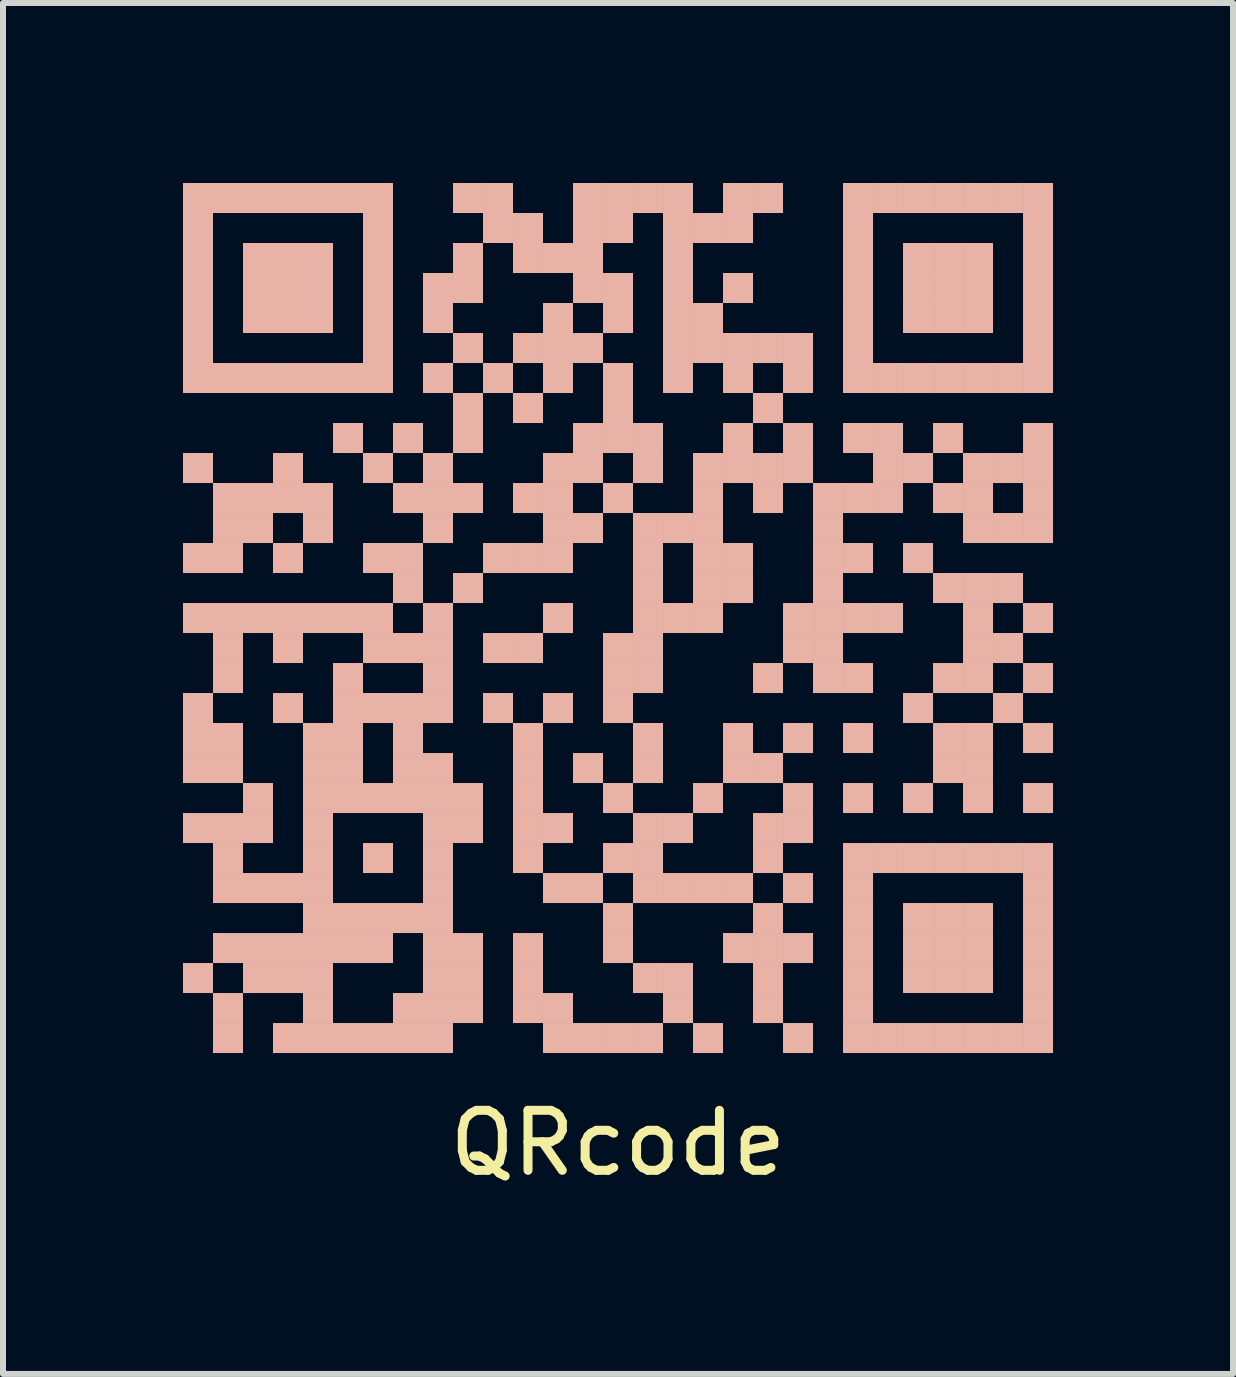
<source format=kicad_pcb>
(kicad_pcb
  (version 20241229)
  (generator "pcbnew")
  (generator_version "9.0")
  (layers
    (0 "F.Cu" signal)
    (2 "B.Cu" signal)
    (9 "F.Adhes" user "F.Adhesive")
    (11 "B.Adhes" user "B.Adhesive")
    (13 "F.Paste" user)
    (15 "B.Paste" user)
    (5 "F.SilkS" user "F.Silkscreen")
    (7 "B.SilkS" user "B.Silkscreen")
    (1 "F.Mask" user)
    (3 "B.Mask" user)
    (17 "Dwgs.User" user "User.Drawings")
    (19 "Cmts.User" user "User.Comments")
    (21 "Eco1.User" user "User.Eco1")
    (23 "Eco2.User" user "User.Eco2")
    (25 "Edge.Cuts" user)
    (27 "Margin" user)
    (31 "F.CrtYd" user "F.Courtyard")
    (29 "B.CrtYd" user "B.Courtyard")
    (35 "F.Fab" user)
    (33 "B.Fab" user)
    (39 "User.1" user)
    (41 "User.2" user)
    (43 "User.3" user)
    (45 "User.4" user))
  (footprint "QRcode"
    (layer "F.Cu")
    (at 7.25 7.25)
    (property "Reference" "QRcode" (at 0 8.75 0) (layer "F.SilkS") (effects (font (size 1 1) (thickness 0.15))))
    (fp_rect (start -6.75 -7.25) (end -7.25 -6.75) (stroke (width 0) (type default)) (fill yes) (layer "B.SilkS"))
    (fp_rect (start -6.75 -6.75) (end -7.25 -6.25) (stroke (width 0) (type default)) (fill yes) (layer "B.SilkS"))
    (fp_rect (start -6.75 -6.25) (end -7.25 -5.75) (stroke (width 0) (type default)) (fill yes) (layer "B.SilkS"))
    (fp_rect (start -6.75 -5.75) (end -7.25 -5.25) (stroke (width 0) (type default)) (fill yes) (layer "B.SilkS"))
    (fp_rect (start -6.75 -5.25) (end -7.25 -4.75) (stroke (width 0) (type default)) (fill yes) (layer "B.SilkS"))
    (fp_rect (start -6.75 -4.75) (end -7.25 -4.25) (stroke (width 0) (type default)) (fill yes) (layer "B.SilkS"))
    (fp_rect (start -6.75 -4.25) (end -7.25 -3.75) (stroke (width 0) (type default)) (fill yes) (layer "B.SilkS"))
    (fp_rect (start -6.75 -2.75) (end -7.25 -2.25) (stroke (width 0) (type default)) (fill yes) (layer "B.SilkS"))
    (fp_rect (start -6.75 -1.25) (end -7.25 -0.75) (stroke (width 0) (type default)) (fill yes) (layer "B.SilkS"))
    (fp_rect (start -6.75 -0.25) (end -7.25 0.25) (stroke (width 0) (type default)) (fill yes) (layer "B.SilkS"))
    (fp_rect (start -6.75 1.25) (end -7.25 1.75) (stroke (width 0) (type default)) (fill yes) (layer "B.SilkS"))
    (fp_rect (start -6.75 1.75) (end -7.25 2.25) (stroke (width 0) (type default)) (fill yes) (layer "B.SilkS"))
    (fp_rect (start -6.75 2.25) (end -7.25 2.75) (stroke (width 0) (type default)) (fill yes) (layer "B.SilkS"))
    (fp_rect (start -6.75 3.25) (end -7.25 3.75) (stroke (width 0) (type default)) (fill yes) (layer "B.SilkS"))
    (fp_rect (start -6.75 5.75) (end -7.25 6.25) (stroke (width 0) (type default)) (fill yes) (layer "B.SilkS"))
    (fp_rect (start -6.25 -7.25) (end -6.75 -6.75) (stroke (width 0) (type default)) (fill yes) (layer "B.SilkS"))
    (fp_rect (start -6.25 -4.25) (end -6.75 -3.75) (stroke (width 0) (type default)) (fill yes) (layer "B.SilkS"))
    (fp_rect (start -6.25 -2.25) (end -6.75 -1.75) (stroke (width 0) (type default)) (fill yes) (layer "B.SilkS"))
    (fp_rect (start -6.25 -1.75) (end -6.75 -1.25) (stroke (width 0) (type default)) (fill yes) (layer "B.SilkS"))
    (fp_rect (start -6.25 -1.25) (end -6.75 -0.75) (stroke (width 0) (type default)) (fill yes) (layer "B.SilkS"))
    (fp_rect (start -6.25 -0.25) (end -6.75 0.25) (stroke (width 0) (type default)) (fill yes) (layer "B.SilkS"))
    (fp_rect (start -6.25 0.25) (end -6.75 0.75) (stroke (width 0) (type default)) (fill yes) (layer "B.SilkS"))
    (fp_rect (start -6.25 0.75) (end -6.75 1.25) (stroke (width 0) (type default)) (fill yes) (layer "B.SilkS"))
    (fp_rect (start -6.25 1.75) (end -6.75 2.25) (stroke (width 0) (type default)) (fill yes) (layer "B.SilkS"))
    (fp_rect (start -6.25 2.25) (end -6.75 2.75) (stroke (width 0) (type default)) (fill yes) (layer "B.SilkS"))
    (fp_rect (start -6.25 3.25) (end -6.75 3.75) (stroke (width 0) (type default)) (fill yes) (layer "B.SilkS"))
    (fp_rect (start -6.25 3.75) (end -6.75 4.25) (stroke (width 0) (type default)) (fill yes) (layer "B.SilkS"))
    (fp_rect (start -6.25 4.25) (end -6.75 4.75) (stroke (width 0) (type default)) (fill yes) (layer "B.SilkS"))
    (fp_rect (start -6.25 5.25) (end -6.75 5.75) (stroke (width 0) (type default)) (fill yes) (layer "B.SilkS"))
    (fp_rect (start -6.25 6.25) (end -6.75 6.75) (stroke (width 0) (type default)) (fill yes) (layer "B.SilkS"))
    (fp_rect (start -6.25 6.75) (end -6.75 7.25) (stroke (width 0) (type default)) (fill yes) (layer "B.SilkS"))
    (fp_rect (start -5.75 -7.25) (end -6.25 -6.75) (stroke (width 0) (type default)) (fill yes) (layer "B.SilkS"))
    (fp_rect (start -5.75 -6.25) (end -6.25 -5.75) (stroke (width 0) (type default)) (fill yes) (layer "B.SilkS"))
    (fp_rect (start -5.75 -5.75) (end -6.25 -5.25) (stroke (width 0) (type default)) (fill yes) (layer "B.SilkS"))
    (fp_rect (start -5.75 -5.25) (end -6.25 -4.75) (stroke (width 0) (type default)) (fill yes) (layer "B.SilkS"))
    (fp_rect (start -5.75 -4.25) (end -6.25 -3.75) (stroke (width 0) (type default)) (fill yes) (layer "B.SilkS"))
    (fp_rect (start -5.75 -2.25) (end -6.25 -1.75) (stroke (width 0) (type default)) (fill yes) (layer "B.SilkS"))
    (fp_rect (start -5.75 -1.75) (end -6.25 -1.25) (stroke (width 0) (type default)) (fill yes) (layer "B.SilkS"))
    (fp_rect (start -5.75 -0.25) (end -6.25 0.25) (stroke (width 0) (type default)) (fill yes) (layer "B.SilkS"))
    (fp_rect (start -5.75 2.75) (end -6.25 3.25) (stroke (width 0) (type default)) (fill yes) (layer "B.SilkS"))
    (fp_rect (start -5.75 3.25) (end -6.25 3.75) (stroke (width 0) (type default)) (fill yes) (layer "B.SilkS"))
    (fp_rect (start -5.75 4.25) (end -6.25 4.75) (stroke (width 0) (type default)) (fill yes) (layer "B.SilkS"))
    (fp_rect (start -5.75 5.25) (end -6.25 5.75) (stroke (width 0) (type default)) (fill yes) (layer "B.SilkS"))
    (fp_rect (start -5.75 5.75) (end -6.25 6.25) (stroke (width 0) (type default)) (fill yes) (layer "B.SilkS"))
    (fp_rect (start -5.25 -7.25) (end -5.75 -6.75) (stroke (width 0) (type default)) (fill yes) (layer "B.SilkS"))
    (fp_rect (start -5.25 -6.25) (end -5.75 -5.75) (stroke (width 0) (type default)) (fill yes) (layer "B.SilkS"))
    (fp_rect (start -5.25 -5.75) (end -5.75 -5.25) (stroke (width 0) (type default)) (fill yes) (layer "B.SilkS"))
    (fp_rect (start -5.25 -5.25) (end -5.75 -4.75) (stroke (width 0) (type default)) (fill yes) (layer "B.SilkS"))
    (fp_rect (start -5.25 -4.25) (end -5.75 -3.75) (stroke (width 0) (type default)) (fill yes) (layer "B.SilkS"))
    (fp_rect (start -5.25 -2.75) (end -5.75 -2.25) (stroke (width 0) (type default)) (fill yes) (layer "B.SilkS"))
    (fp_rect (start -5.25 -2.25) (end -5.75 -1.75) (stroke (width 0) (type default)) (fill yes) (layer "B.SilkS"))
    (fp_rect (start -5.25 -1.25) (end -5.75 -0.75) (stroke (width 0) (type default)) (fill yes) (layer "B.SilkS"))
    (fp_rect (start -5.25 -0.25) (end -5.75 0.25) (stroke (width 0) (type default)) (fill yes) (layer "B.SilkS"))
    (fp_rect (start -5.25 0.25) (end -5.75 0.75) (stroke (width 0) (type default)) (fill yes) (layer "B.SilkS"))
    (fp_rect (start -5.25 1.25) (end -5.75 1.75) (stroke (width 0) (type default)) (fill yes) (layer "B.SilkS"))
    (fp_rect (start -5.25 4.25) (end -5.75 4.75) (stroke (width 0) (type default)) (fill yes) (layer "B.SilkS"))
    (fp_rect (start -5.25 5.25) (end -5.75 5.75) (stroke (width 0) (type default)) (fill yes) (layer "B.SilkS"))
    (fp_rect (start -5.25 5.75) (end -5.75 6.25) (stroke (width 0) (type default)) (fill yes) (layer "B.SilkS"))
    (fp_rect (start -5.25 6.75) (end -5.75 7.25) (stroke (width 0) (type default)) (fill yes) (layer "B.SilkS"))
    (fp_rect (start -4.75 -7.25) (end -5.25 -6.75) (stroke (width 0) (type default)) (fill yes) (layer "B.SilkS"))
    (fp_rect (start -4.75 -6.25) (end -5.25 -5.75) (stroke (width 0) (type default)) (fill yes) (layer "B.SilkS"))
    (fp_rect (start -4.75 -5.75) (end -5.25 -5.25) (stroke (width 0) (type default)) (fill yes) (layer "B.SilkS"))
    (fp_rect (start -4.75 -5.25) (end -5.25 -4.75) (stroke (width 0) (type default)) (fill yes) (layer "B.SilkS"))
    (fp_rect (start -4.75 -4.25) (end -5.25 -3.75) (stroke (width 0) (type default)) (fill yes) (layer "B.SilkS"))
    (fp_rect (start -4.75 -2.25) (end -5.25 -1.75) (stroke (width 0) (type default)) (fill yes) (layer "B.SilkS"))
    (fp_rect (start -4.75 -1.75) (end -5.25 -1.25) (stroke (width 0) (type default)) (fill yes) (layer "B.SilkS"))
    (fp_rect (start -4.75 -0.25) (end -5.25 0.25) (stroke (width 0) (type default)) (fill yes) (layer "B.SilkS"))
    (fp_rect (start -4.75 1.75) (end -5.25 2.25) (stroke (width 0) (type default)) (fill yes) (layer "B.SilkS"))
    (fp_rect (start -4.75 2.25) (end -5.25 2.75) (stroke (width 0) (type default)) (fill yes) (layer "B.SilkS"))
    (fp_rect (start -4.75 2.75) (end -5.25 3.25) (stroke (width 0) (type default)) (fill yes) (layer "B.SilkS"))
    (fp_rect (start -4.75 3.25) (end -5.25 3.75) (stroke (width 0) (type default)) (fill yes) (layer "B.SilkS"))
    (fp_rect (start -4.75 3.75) (end -5.25 4.25) (stroke (width 0) (type default)) (fill yes) (layer "B.SilkS"))
    (fp_rect (start -4.75 4.25) (end -5.25 4.75) (stroke (width 0) (type default)) (fill yes) (layer "B.SilkS"))
    (fp_rect (start -4.75 4.75) (end -5.25 5.25) (stroke (width 0) (type default)) (fill yes) (layer "B.SilkS"))
    (fp_rect (start -4.75 5.25) (end -5.25 5.75) (stroke (width 0) (type default)) (fill yes) (layer "B.SilkS"))
    (fp_rect (start -4.75 5.75) (end -5.25 6.25) (stroke (width 0) (type default)) (fill yes) (layer "B.SilkS"))
    (fp_rect (start -4.75 6.25) (end -5.25 6.75) (stroke (width 0) (type default)) (fill yes) (layer "B.SilkS"))
    (fp_rect (start -4.75 6.75) (end -5.25 7.25) (stroke (width 0) (type default)) (fill yes) (layer "B.SilkS"))
    (fp_rect (start -4.25 -7.25) (end -4.75 -6.75) (stroke (width 0) (type default)) (fill yes) (layer "B.SilkS"))
    (fp_rect (start -4.25 -4.25) (end -4.75 -3.75) (stroke (width 0) (type default)) (fill yes) (layer "B.SilkS"))
    (fp_rect (start -4.25 -3.25) (end -4.75 -2.75) (stroke (width 0) (type default)) (fill yes) (layer "B.SilkS"))
    (fp_rect (start -4.25 -0.25) (end -4.75 0.25) (stroke (width 0) (type default)) (fill yes) (layer "B.SilkS"))
    (fp_rect (start -4.25 0.75) (end -4.75 1.25) (stroke (width 0) (type default)) (fill yes) (layer "B.SilkS"))
    (fp_rect (start -4.25 1.25) (end -4.75 1.75) (stroke (width 0) (type default)) (fill yes) (layer "B.SilkS"))
    (fp_rect (start -4.25 1.75) (end -4.75 2.25) (stroke (width 0) (type default)) (fill yes) (layer "B.SilkS"))
    (fp_rect (start -4.25 2.25) (end -4.75 2.75) (stroke (width 0) (type default)) (fill yes) (layer "B.SilkS"))
    (fp_rect (start -4.25 2.75) (end -4.75 3.25) (stroke (width 0) (type default)) (fill yes) (layer "B.SilkS"))
    (fp_rect (start -4.25 4.75) (end -4.75 5.25) (stroke (width 0) (type default)) (fill yes) (layer "B.SilkS"))
    (fp_rect (start -4.25 5.25) (end -4.75 5.75) (stroke (width 0) (type default)) (fill yes) (layer "B.SilkS"))
    (fp_rect (start -4.25 6.75) (end -4.75 7.25) (stroke (width 0) (type default)) (fill yes) (layer "B.SilkS"))
    (fp_rect (start -3.75 -7.25) (end -4.25 -6.75) (stroke (width 0) (type default)) (fill yes) (layer "B.SilkS"))
    (fp_rect (start -3.75 -6.75) (end -4.25 -6.25) (stroke (width 0) (type default)) (fill yes) (layer "B.SilkS"))
    (fp_rect (start -3.75 -6.25) (end -4.25 -5.75) (stroke (width 0) (type default)) (fill yes) (layer "B.SilkS"))
    (fp_rect (start -3.75 -5.75) (end -4.25 -5.25) (stroke (width 0) (type default)) (fill yes) (layer "B.SilkS"))
    (fp_rect (start -3.75 -5.25) (end -4.25 -4.75) (stroke (width 0) (type default)) (fill yes) (layer "B.SilkS"))
    (fp_rect (start -3.75 -4.75) (end -4.25 -4.25) (stroke (width 0) (type default)) (fill yes) (layer "B.SilkS"))
    (fp_rect (start -3.75 -4.25) (end -4.25 -3.75) (stroke (width 0) (type default)) (fill yes) (layer "B.SilkS"))
    (fp_rect (start -3.75 -2.75) (end -4.25 -2.25) (stroke (width 0) (type default)) (fill yes) (layer "B.SilkS"))
    (fp_rect (start -3.75 -1.25) (end -4.25 -0.75) (stroke (width 0) (type default)) (fill yes) (layer "B.SilkS"))
    (fp_rect (start -3.75 -0.25) (end -4.25 0.25) (stroke (width 0) (type default)) (fill yes) (layer "B.SilkS"))
    (fp_rect (start -3.75 0.25) (end -4.25 0.75) (stroke (width 0) (type default)) (fill yes) (layer "B.SilkS"))
    (fp_rect (start -3.75 1.25) (end -4.25 1.75) (stroke (width 0) (type default)) (fill yes) (layer "B.SilkS"))
    (fp_rect (start -3.75 2.75) (end -4.25 3.25) (stroke (width 0) (type default)) (fill yes) (layer "B.SilkS"))
    (fp_rect (start -3.75 3.75) (end -4.25 4.25) (stroke (width 0) (type default)) (fill yes) (layer "B.SilkS"))
    (fp_rect (start -3.75 4.75) (end -4.25 5.25) (stroke (width 0) (type default)) (fill yes) (layer "B.SilkS"))
    (fp_rect (start -3.75 5.25) (end -4.25 5.75) (stroke (width 0) (type default)) (fill yes) (layer "B.SilkS"))
    (fp_rect (start -3.75 6.75) (end -4.25 7.25) (stroke (width 0) (type default)) (fill yes) (layer "B.SilkS"))
    (fp_rect (start -3.25 -3.25) (end -3.75 -2.75) (stroke (width 0) (type default)) (fill yes) (layer "B.SilkS"))
    (fp_rect (start -3.25 -2.25) (end -3.75 -1.75) (stroke (width 0) (type default)) (fill yes) (layer "B.SilkS"))
    (fp_rect (start -3.25 -1.25) (end -3.75 -0.75) (stroke (width 0) (type default)) (fill yes) (layer "B.SilkS"))
    (fp_rect (start -3.25 -0.75) (end -3.75 -0.25) (stroke (width 0) (type default)) (fill yes) (layer "B.SilkS"))
    (fp_rect (start -3.25 0.25) (end -3.75 0.75) (stroke (width 0) (type default)) (fill yes) (layer "B.SilkS"))
    (fp_rect (start -3.25 1.25) (end -3.75 1.75) (stroke (width 0) (type default)) (fill yes) (layer "B.SilkS"))
    (fp_rect (start -3.25 1.75) (end -3.75 2.25) (stroke (width 0) (type default)) (fill yes) (layer "B.SilkS"))
    (fp_rect (start -3.25 2.25) (end -3.75 2.75) (stroke (width 0) (type default)) (fill yes) (layer "B.SilkS"))
    (fp_rect (start -3.25 2.75) (end -3.75 3.25) (stroke (width 0) (type default)) (fill yes) (layer "B.SilkS"))
    (fp_rect (start -3.25 4.75) (end -3.75 5.25) (stroke (width 0) (type default)) (fill yes) (layer "B.SilkS"))
    (fp_rect (start -3.25 6.25) (end -3.75 6.75) (stroke (width 0) (type default)) (fill yes) (layer "B.SilkS"))
    (fp_rect (start -3.25 6.75) (end -3.75 7.25) (stroke (width 0) (type default)) (fill yes) (layer "B.SilkS"))
    (fp_rect (start -2.75 -5.75) (end -3.25 -5.25) (stroke (width 0) (type default)) (fill yes) (layer "B.SilkS"))
    (fp_rect (start -2.75 -5.25) (end -3.25 -4.75) (stroke (width 0) (type default)) (fill yes) (layer "B.SilkS"))
    (fp_rect (start -2.75 -4.25) (end -3.25 -3.75) (stroke (width 0) (type default)) (fill yes) (layer "B.SilkS"))
    (fp_rect (start -2.75 -2.75) (end -3.25 -2.25) (stroke (width 0) (type default)) (fill yes) (layer "B.SilkS"))
    (fp_rect (start -2.75 -2.25) (end -3.25 -1.75) (stroke (width 0) (type default)) (fill yes) (layer "B.SilkS"))
    (fp_rect (start -2.75 -1.75) (end -3.25 -1.25) (stroke (width 0) (type default)) (fill yes) (layer "B.SilkS"))
    (fp_rect (start -2.75 -0.25) (end -3.25 0.25) (stroke (width 0) (type default)) (fill yes) (layer "B.SilkS"))
    (fp_rect (start -2.75 0.25) (end -3.25 0.75) (stroke (width 0) (type default)) (fill yes) (layer "B.SilkS"))
    (fp_rect (start -2.75 0.75) (end -3.25 1.25) (stroke (width 0) (type default)) (fill yes) (layer "B.SilkS"))
    (fp_rect (start -2.75 1.25) (end -3.25 1.75) (stroke (width 0) (type default)) (fill yes) (layer "B.SilkS"))
    (fp_rect (start -2.75 2.25) (end -3.25 2.75) (stroke (width 0) (type default)) (fill yes) (layer "B.SilkS"))
    (fp_rect (start -2.75 2.75) (end -3.25 3.25) (stroke (width 0) (type default)) (fill yes) (layer "B.SilkS"))
    (fp_rect (start -2.75 3.25) (end -3.25 3.75) (stroke (width 0) (type default)) (fill yes) (layer "B.SilkS"))
    (fp_rect (start -2.75 3.75) (end -3.25 4.25) (stroke (width 0) (type default)) (fill yes) (layer "B.SilkS"))
    (fp_rect (start -2.75 4.25) (end -3.25 4.75) (stroke (width 0) (type default)) (fill yes) (layer "B.SilkS"))
    (fp_rect (start -2.75 4.75) (end -3.25 5.25) (stroke (width 0) (type default)) (fill yes) (layer "B.SilkS"))
    (fp_rect (start -2.75 5.25) (end -3.25 5.75) (stroke (width 0) (type default)) (fill yes) (layer "B.SilkS"))
    (fp_rect (start -2.75 5.75) (end -3.25 6.25) (stroke (width 0) (type default)) (fill yes) (layer "B.SilkS"))
    (fp_rect (start -2.75 6.25) (end -3.25 6.75) (stroke (width 0) (type default)) (fill yes) (layer "B.SilkS"))
    (fp_rect (start -2.75 6.75) (end -3.25 7.25) (stroke (width 0) (type default)) (fill yes) (layer "B.SilkS"))
    (fp_rect (start -2.25 -7.25) (end -2.75 -6.75) (stroke (width 0) (type default)) (fill yes) (layer "B.SilkS"))
    (fp_rect (start -2.25 -6.25) (end -2.75 -5.75) (stroke (width 0) (type default)) (fill yes) (layer "B.SilkS"))
    (fp_rect (start -2.25 -5.75) (end -2.75 -5.25) (stroke (width 0) (type default)) (fill yes) (layer "B.SilkS"))
    (fp_rect (start -2.25 -4.75) (end -2.75 -4.25) (stroke (width 0) (type default)) (fill yes) (layer "B.SilkS"))
    (fp_rect (start -2.25 -3.75) (end -2.75 -3.25) (stroke (width 0) (type default)) (fill yes) (layer "B.SilkS"))
    (fp_rect (start -2.25 -3.25) (end -2.75 -2.75) (stroke (width 0) (type default)) (fill yes) (layer "B.SilkS"))
    (fp_rect (start -2.25 -2.25) (end -2.75 -1.75) (stroke (width 0) (type default)) (fill yes) (layer "B.SilkS"))
    (fp_rect (start -2.25 -0.75) (end -2.75 -0.25) (stroke (width 0) (type default)) (fill yes) (layer "B.SilkS"))
    (fp_rect (start -2.25 2.75) (end -2.75 3.25) (stroke (width 0) (type default)) (fill yes) (layer "B.SilkS"))
    (fp_rect (start -2.25 3.25) (end -2.75 3.75) (stroke (width 0) (type default)) (fill yes) (layer "B.SilkS"))
    (fp_rect (start -2.25 5.25) (end -2.75 5.75) (stroke (width 0) (type default)) (fill yes) (layer "B.SilkS"))
    (fp_rect (start -2.25 5.75) (end -2.75 6.25) (stroke (width 0) (type default)) (fill yes) (layer "B.SilkS"))
    (fp_rect (start -2.25 6.25) (end -2.75 6.75) (stroke (width 0) (type default)) (fill yes) (layer "B.SilkS"))
    (fp_rect (start -1.75 -7.25) (end -2.25 -6.75) (stroke (width 0) (type default)) (fill yes) (layer "B.SilkS"))
    (fp_rect (start -1.75 -6.75) (end -2.25 -6.25) (stroke (width 0) (type default)) (fill yes) (layer "B.SilkS"))
    (fp_rect (start -1.75 -4.25) (end -2.25 -3.75) (stroke (width 0) (type default)) (fill yes) (layer "B.SilkS"))
    (fp_rect (start -1.75 -1.25) (end -2.25 -0.75) (stroke (width 0) (type default)) (fill yes) (layer "B.SilkS"))
    (fp_rect (start -1.75 0.25) (end -2.25 0.75) (stroke (width 0) (type default)) (fill yes) (layer "B.SilkS"))
    (fp_rect (start -1.75 1.25) (end -2.25 1.75) (stroke (width 0) (type default)) (fill yes) (layer "B.SilkS"))
    (fp_rect (start -1.25 -6.75) (end -1.75 -6.25) (stroke (width 0) (type default)) (fill yes) (layer "B.SilkS"))
    (fp_rect (start -1.25 -6.25) (end -1.75 -5.75) (stroke (width 0) (type default)) (fill yes) (layer "B.SilkS"))
    (fp_rect (start -1.25 -4.75) (end -1.75 -4.25) (stroke (width 0) (type default)) (fill yes) (layer "B.SilkS"))
    (fp_rect (start -1.25 -3.75) (end -1.75 -3.25) (stroke (width 0) (type default)) (fill yes) (layer "B.SilkS"))
    (fp_rect (start -1.25 -2.25) (end -1.75 -1.75) (stroke (width 0) (type default)) (fill yes) (layer "B.SilkS"))
    (fp_rect (start -1.25 -1.25) (end -1.75 -0.75) (stroke (width 0) (type default)) (fill yes) (layer "B.SilkS"))
    (fp_rect (start -1.25 0.25) (end -1.75 0.75) (stroke (width 0) (type default)) (fill yes) (layer "B.SilkS"))
    (fp_rect (start -1.25 1.75) (end -1.75 2.25) (stroke (width 0) (type default)) (fill yes) (layer "B.SilkS"))
    (fp_rect (start -1.25 2.25) (end -1.75 2.75) (stroke (width 0) (type default)) (fill yes) (layer "B.SilkS"))
    (fp_rect (start -1.25 2.75) (end -1.75 3.25) (stroke (width 0) (type default)) (fill yes) (layer "B.SilkS"))
    (fp_rect (start -1.25 3.25) (end -1.75 3.75) (stroke (width 0) (type default)) (fill yes) (layer "B.SilkS"))
    (fp_rect (start -1.25 3.75) (end -1.75 4.25) (stroke (width 0) (type default)) (fill yes) (layer "B.SilkS"))
    (fp_rect (start -1.25 5.25) (end -1.75 5.75) (stroke (width 0) (type default)) (fill yes) (layer "B.SilkS"))
    (fp_rect (start -1.25 5.75) (end -1.75 6.25) (stroke (width 0) (type default)) (fill yes) (layer "B.SilkS"))
    (fp_rect (start -1.25 6.25) (end -1.75 6.75) (stroke (width 0) (type default)) (fill yes) (layer "B.SilkS"))
    (fp_rect (start -0.75 -6.25) (end -1.25 -5.75) (stroke (width 0) (type default)) (fill yes) (layer "B.SilkS"))
    (fp_rect (start -0.75 -5.25) (end -1.25 -4.75) (stroke (width 0) (type default)) (fill yes) (layer "B.SilkS"))
    (fp_rect (start -0.75 -4.75) (end -1.25 -4.25) (stroke (width 0) (type default)) (fill yes) (layer "B.SilkS"))
    (fp_rect (start -0.75 -4.25) (end -1.25 -3.75) (stroke (width 0) (type default)) (fill yes) (layer "B.SilkS"))
    (fp_rect (start -0.75 -2.75) (end -1.25 -2.25) (stroke (width 0) (type default)) (fill yes) (layer "B.SilkS"))
    (fp_rect (start -0.75 -2.25) (end -1.25 -1.75) (stroke (width 0) (type default)) (fill yes) (layer "B.SilkS"))
    (fp_rect (start -0.75 -1.75) (end -1.25 -1.25) (stroke (width 0) (type default)) (fill yes) (layer "B.SilkS"))
    (fp_rect (start -0.75 -1.25) (end -1.25 -0.75) (stroke (width 0) (type default)) (fill yes) (layer "B.SilkS"))
    (fp_rect (start -0.75 -0.25) (end -1.25 0.25) (stroke (width 0) (type default)) (fill yes) (layer "B.SilkS"))
    (fp_rect (start -0.75 1.25) (end -1.25 1.75) (stroke (width 0) (type default)) (fill yes) (layer "B.SilkS"))
    (fp_rect (start -0.75 3.25) (end -1.25 3.75) (stroke (width 0) (type default)) (fill yes) (layer "B.SilkS"))
    (fp_rect (start -0.75 4.25) (end -1.25 4.75) (stroke (width 0) (type default)) (fill yes) (layer "B.SilkS"))
    (fp_rect (start -0.75 6.25) (end -1.25 6.75) (stroke (width 0) (type default)) (fill yes) (layer "B.SilkS"))
    (fp_rect (start -0.75 6.75) (end -1.25 7.25) (stroke (width 0) (type default)) (fill yes) (layer "B.SilkS"))
    (fp_rect (start -0.25 -7.25) (end -0.75 -6.75) (stroke (width 0) (type default)) (fill yes) (layer "B.SilkS"))
    (fp_rect (start -0.25 -6.75) (end -0.75 -6.25) (stroke (width 0) (type default)) (fill yes) (layer "B.SilkS"))
    (fp_rect (start -0.25 -6.25) (end -0.75 -5.75) (stroke (width 0) (type default)) (fill yes) (layer "B.SilkS"))
    (fp_rect (start -0.25 -5.75) (end -0.75 -5.25) (stroke (width 0) (type default)) (fill yes) (layer "B.SilkS"))
    (fp_rect (start -0.25 -4.75) (end -0.75 -4.25) (stroke (width 0) (type default)) (fill yes) (layer "B.SilkS"))
    (fp_rect (start -0.25 -3.25) (end -0.75 -2.75) (stroke (width 0) (type default)) (fill yes) (layer "B.SilkS"))
    (fp_rect (start -0.25 -2.75) (end -0.75 -2.25) (stroke (width 0) (type default)) (fill yes) (layer "B.SilkS"))
    (fp_rect (start -0.25 -1.75) (end -0.75 -1.25) (stroke (width 0) (type default)) (fill yes) (layer "B.SilkS"))
    (fp_rect (start -0.25 2.25) (end -0.75 2.75) (stroke (width 0) (type default)) (fill yes) (layer "B.SilkS"))
    (fp_rect (start -0.25 4.25) (end -0.75 4.75) (stroke (width 0) (type default)) (fill yes) (layer "B.SilkS"))
    (fp_rect (start -0.25 6.75) (end -0.75 7.25) (stroke (width 0) (type default)) (fill yes) (layer "B.SilkS"))
    (fp_rect (start 0.25 -7.25) (end -0.25 -6.75) (stroke (width 0) (type default)) (fill yes) (layer "B.SilkS"))
    (fp_rect (start 0.25 -6.75) (end -0.25 -6.25) (stroke (width 0) (type default)) (fill yes) (layer "B.SilkS"))
    (fp_rect (start 0.25 -5.75) (end -0.25 -5.25) (stroke (width 0) (type default)) (fill yes) (layer "B.SilkS"))
    (fp_rect (start 0.25 -5.25) (end -0.25 -4.75) (stroke (width 0) (type default)) (fill yes) (layer "B.SilkS"))
    (fp_rect (start 0.25 -4.25) (end -0.25 -3.75) (stroke (width 0) (type default)) (fill yes) (layer "B.SilkS"))
    (fp_rect (start 0.25 -3.75) (end -0.25 -3.25) (stroke (width 0) (type default)) (fill yes) (layer "B.SilkS"))
    (fp_rect (start 0.25 -3.25) (end -0.25 -2.75) (stroke (width 0) (type default)) (fill yes) (layer "B.SilkS"))
    (fp_rect (start 0.25 -2.25) (end -0.25 -1.75) (stroke (width 0) (type default)) (fill yes) (layer "B.SilkS"))
    (fp_rect (start 0.25 0.25) (end -0.25 0.75) (stroke (width 0) (type default)) (fill yes) (layer "B.SilkS"))
    (fp_rect (start 0.25 0.75) (end -0.25 1.25) (stroke (width 0) (type default)) (fill yes) (layer "B.SilkS"))
    (fp_rect (start 0.25 1.25) (end -0.25 1.75) (stroke (width 0) (type default)) (fill yes) (layer "B.SilkS"))
    (fp_rect (start 0.25 2.75) (end -0.25 3.25) (stroke (width 0) (type default)) (fill yes) (layer "B.SilkS"))
    (fp_rect (start 0.25 3.75) (end -0.25 4.25) (stroke (width 0) (type default)) (fill yes) (layer "B.SilkS"))
    (fp_rect (start 0.25 4.75) (end -0.25 5.25) (stroke (width 0) (type default)) (fill yes) (layer "B.SilkS"))
    (fp_rect (start 0.25 5.25) (end -0.25 5.75) (stroke (width 0) (type default)) (fill yes) (layer "B.SilkS"))
    (fp_rect (start 0.25 6.75) (end -0.25 7.25) (stroke (width 0) (type default)) (fill yes) (layer "B.SilkS"))
    (fp_rect (start 0.75 -7.25) (end 0.25 -6.75) (stroke (width 0) (type default)) (fill yes) (layer "B.SilkS"))
    (fp_rect (start 0.75 -3.25) (end 0.25 -2.75) (stroke (width 0) (type default)) (fill yes) (layer "B.SilkS"))
    (fp_rect (start 0.75 -2.75) (end 0.25 -2.25) (stroke (width 0) (type default)) (fill yes) (layer "B.SilkS"))
    (fp_rect (start 0.75 -1.75) (end 0.25 -1.25) (stroke (width 0) (type default)) (fill yes) (layer "B.SilkS"))
    (fp_rect (start 0.75 -1.25) (end 0.25 -0.75) (stroke (width 0) (type default)) (fill yes) (layer "B.SilkS"))
    (fp_rect (start 0.75 -0.75) (end 0.25 -0.25) (stroke (width 0) (type default)) (fill yes) (layer "B.SilkS"))
    (fp_rect (start 0.75 -0.25) (end 0.25 0.25) (stroke (width 0) (type default)) (fill yes) (layer "B.SilkS"))
    (fp_rect (start 0.75 0.25) (end 0.25 0.75) (stroke (width 0) (type default)) (fill yes) (layer "B.SilkS"))
    (fp_rect (start 0.75 0.75) (end 0.25 1.25) (stroke (width 0) (type default)) (fill yes) (layer "B.SilkS"))
    (fp_rect (start 0.75 1.75) (end 0.25 2.25) (stroke (width 0) (type default)) (fill yes) (layer "B.SilkS"))
    (fp_rect (start 0.75 2.25) (end 0.25 2.75) (stroke (width 0) (type default)) (fill yes) (layer "B.SilkS"))
    (fp_rect (start 0.75 3.25) (end 0.25 3.75) (stroke (width 0) (type default)) (fill yes) (layer "B.SilkS"))
    (fp_rect (start 0.75 3.75) (end 0.25 4.25) (stroke (width 0) (type default)) (fill yes) (layer "B.SilkS"))
    (fp_rect (start 0.75 4.25) (end 0.25 4.75) (stroke (width 0) (type default)) (fill yes) (layer "B.SilkS"))
    (fp_rect (start 0.75 5.75) (end 0.25 6.25) (stroke (width 0) (type default)) (fill yes) (layer "B.SilkS"))
    (fp_rect (start 0.75 6.75) (end 0.25 7.25) (stroke (width 0) (type default)) (fill yes) (layer "B.SilkS"))
    (fp_rect (start 1.25 -7.25) (end 0.75 -6.75) (stroke (width 0) (type default)) (fill yes) (layer "B.SilkS"))
    (fp_rect (start 1.25 -6.75) (end 0.75 -6.25) (stroke (width 0) (type default)) (fill yes) (layer "B.SilkS"))
    (fp_rect (start 1.25 -6.25) (end 0.75 -5.75) (stroke (width 0) (type default)) (fill yes) (layer "B.SilkS"))
    (fp_rect (start 1.25 -5.75) (end 0.75 -5.25) (stroke (width 0) (type default)) (fill yes) (layer "B.SilkS"))
    (fp_rect (start 1.25 -5.25) (end 0.75 -4.75) (stroke (width 0) (type default)) (fill yes) (layer "B.SilkS"))
    (fp_rect (start 1.25 -4.75) (end 0.75 -4.25) (stroke (width 0) (type default)) (fill yes) (layer "B.SilkS"))
    (fp_rect (start 1.25 -4.25) (end 0.75 -3.75) (stroke (width 0) (type default)) (fill yes) (layer "B.SilkS"))
    (fp_rect (start 1.25 -1.75) (end 0.75 -1.25) (stroke (width 0) (type default)) (fill yes) (layer "B.SilkS"))
    (fp_rect (start 1.25 -0.25) (end 0.75 0.25) (stroke (width 0) (type default)) (fill yes) (layer "B.SilkS"))
    (fp_rect (start 1.25 3.25) (end 0.75 3.75) (stroke (width 0) (type default)) (fill yes) (layer "B.SilkS"))
    (fp_rect (start 1.25 4.25) (end 0.75 4.75) (stroke (width 0) (type default)) (fill yes) (layer "B.SilkS"))
    (fp_rect (start 1.25 5.75) (end 0.75 6.25) (stroke (width 0) (type default)) (fill yes) (layer "B.SilkS"))
    (fp_rect (start 1.25 6.25) (end 0.75 6.75) (stroke (width 0) (type default)) (fill yes) (layer "B.SilkS"))
    (fp_rect (start 1.75 -6.75) (end 1.25 -6.25) (stroke (width 0) (type default)) (fill yes) (layer "B.SilkS"))
    (fp_rect (start 1.75 -5.25) (end 1.25 -4.75) (stroke (width 0) (type default)) (fill yes) (layer "B.SilkS"))
    (fp_rect (start 1.75 -4.75) (end 1.25 -4.25) (stroke (width 0) (type default)) (fill yes) (layer "B.SilkS"))
    (fp_rect (start 1.75 -2.75) (end 1.25 -2.25) (stroke (width 0) (type default)) (fill yes) (layer "B.SilkS"))
    (fp_rect (start 1.75 -2.25) (end 1.25 -1.75) (stroke (width 0) (type default)) (fill yes) (layer "B.SilkS"))
    (fp_rect (start 1.75 -1.75) (end 1.25 -1.25) (stroke (width 0) (type default)) (fill yes) (layer "B.SilkS"))
    (fp_rect (start 1.75 -1.25) (end 1.25 -0.75) (stroke (width 0) (type default)) (fill yes) (layer "B.SilkS"))
    (fp_rect (start 1.75 -0.75) (end 1.25 -0.25) (stroke (width 0) (type default)) (fill yes) (layer "B.SilkS"))
    (fp_rect (start 1.75 -0.25) (end 1.25 0.25) (stroke (width 0) (type default)) (fill yes) (layer "B.SilkS"))
    (fp_rect (start 1.75 2.75) (end 1.25 3.25) (stroke (width 0) (type default)) (fill yes) (layer "B.SilkS"))
    (fp_rect (start 1.75 4.25) (end 1.25 4.75) (stroke (width 0) (type default)) (fill yes) (layer "B.SilkS"))
    (fp_rect (start 1.75 6.75) (end 1.25 7.25) (stroke (width 0) (type default)) (fill yes) (layer "B.SilkS"))
    (fp_rect (start 2.25 -7.25) (end 1.75 -6.75) (stroke (width 0) (type default)) (fill yes) (layer "B.SilkS"))
    (fp_rect (start 2.25 -6.75) (end 1.75 -6.25) (stroke (width 0) (type default)) (fill yes) (layer "B.SilkS"))
    (fp_rect (start 2.25 -5.75) (end 1.75 -5.25) (stroke (width 0) (type default)) (fill yes) (layer "B.SilkS"))
    (fp_rect (start 2.25 -4.75) (end 1.75 -4.25) (stroke (width 0) (type default)) (fill yes) (layer "B.SilkS"))
    (fp_rect (start 2.25 -4.25) (end 1.75 -3.75) (stroke (width 0) (type default)) (fill yes) (layer "B.SilkS"))
    (fp_rect (start 2.25 -3.25) (end 1.75 -2.75) (stroke (width 0) (type default)) (fill yes) (layer "B.SilkS"))
    (fp_rect (start 2.25 -2.75) (end 1.75 -2.25) (stroke (width 0) (type default)) (fill yes) (layer "B.SilkS"))
    (fp_rect (start 2.25 -1.25) (end 1.75 -0.75) (stroke (width 0) (type default)) (fill yes) (layer "B.SilkS"))
    (fp_rect (start 2.25 -0.75) (end 1.75 -0.25) (stroke (width 0) (type default)) (fill yes) (layer "B.SilkS"))
    (fp_rect (start 2.25 1.75) (end 1.75 2.25) (stroke (width 0) (type default)) (fill yes) (layer "B.SilkS"))
    (fp_rect (start 2.25 2.25) (end 1.75 2.75) (stroke (width 0) (type default)) (fill yes) (layer "B.SilkS"))
    (fp_rect (start 2.25 4.25) (end 1.75 4.75) (stroke (width 0) (type default)) (fill yes) (layer "B.SilkS"))
    (fp_rect (start 2.25 5.25) (end 1.75 5.75) (stroke (width 0) (type default)) (fill yes) (layer "B.SilkS"))
    (fp_rect (start 2.75 -7.25) (end 2.25 -6.75) (stroke (width 0) (type default)) (fill yes) (layer "B.SilkS"))
    (fp_rect (start 2.75 -4.75) (end 2.25 -4.25) (stroke (width 0) (type default)) (fill yes) (layer "B.SilkS"))
    (fp_rect (start 2.75 -3.75) (end 2.25 -3.25) (stroke (width 0) (type default)) (fill yes) (layer "B.SilkS"))
    (fp_rect (start 2.75 -2.75) (end 2.25 -2.25) (stroke (width 0) (type default)) (fill yes) (layer "B.SilkS"))
    (fp_rect (start 2.75 -2.25) (end 2.25 -1.75) (stroke (width 0) (type default)) (fill yes) (layer "B.SilkS"))
    (fp_rect (start 2.75 0.75) (end 2.25 1.25) (stroke (width 0) (type default)) (fill yes) (layer "B.SilkS"))
    (fp_rect (start 2.75 2.25) (end 2.25 2.75) (stroke (width 0) (type default)) (fill yes) (layer "B.SilkS"))
    (fp_rect (start 2.75 3.25) (end 2.25 3.75) (stroke (width 0) (type default)) (fill yes) (layer "B.SilkS"))
    (fp_rect (start 2.75 3.75) (end 2.25 4.25) (stroke (width 0) (type default)) (fill yes) (layer "B.SilkS"))
    (fp_rect (start 2.75 4.75) (end 2.25 5.25) (stroke (width 0) (type default)) (fill yes) (layer "B.SilkS"))
    (fp_rect (start 2.75 5.25) (end 2.25 5.75) (stroke (width 0) (type default)) (fill yes) (layer "B.SilkS"))
    (fp_rect (start 2.75 5.75) (end 2.25 6.25) (stroke (width 0) (type default)) (fill yes) (layer "B.SilkS"))
    (fp_rect (start 2.75 6.25) (end 2.25 6.75) (stroke (width 0) (type default)) (fill yes) (layer "B.SilkS"))
    (fp_rect (start 3.25 -4.75) (end 2.75 -4.25) (stroke (width 0) (type default)) (fill yes) (layer "B.SilkS"))
    (fp_rect (start 3.25 -4.25) (end 2.75 -3.75) (stroke (width 0) (type default)) (fill yes) (layer "B.SilkS"))
    (fp_rect (start 3.25 -3.25) (end 2.75 -2.75) (stroke (width 0) (type default)) (fill yes) (layer "B.SilkS"))
    (fp_rect (start 3.25 -2.75) (end 2.75 -2.25) (stroke (width 0) (type default)) (fill yes) (layer "B.SilkS"))
    (fp_rect (start 3.25 -0.25) (end 2.75 0.25) (stroke (width 0) (type default)) (fill yes) (layer "B.SilkS"))
    (fp_rect (start 3.25 0.25) (end 2.75 0.75) (stroke (width 0) (type default)) (fill yes) (layer "B.SilkS"))
    (fp_rect (start 3.25 1.75) (end 2.75 2.25) (stroke (width 0) (type default)) (fill yes) (layer "B.SilkS"))
    (fp_rect (start 3.25 2.75) (end 2.75 3.25) (stroke (width 0) (type default)) (fill yes) (layer "B.SilkS"))
    (fp_rect (start 3.25 3.25) (end 2.75 3.75) (stroke (width 0) (type default)) (fill yes) (layer "B.SilkS"))
    (fp_rect (start 3.25 4.25) (end 2.75 4.75) (stroke (width 0) (type default)) (fill yes) (layer "B.SilkS"))
    (fp_rect (start 3.25 5.25) (end 2.75 5.75) (stroke (width 0) (type default)) (fill yes) (layer "B.SilkS"))
    (fp_rect (start 3.25 6.75) (end 2.75 7.25) (stroke (width 0) (type default)) (fill yes) (layer "B.SilkS"))
    (fp_rect (start 3.75 -2.25) (end 3.25 -1.75) (stroke (width 0) (type default)) (fill yes) (layer "B.SilkS"))
    (fp_rect (start 3.75 -1.75) (end 3.25 -1.25) (stroke (width 0) (type default)) (fill yes) (layer "B.SilkS"))
    (fp_rect (start 3.75 -1.25) (end 3.25 -0.75) (stroke (width 0) (type default)) (fill yes) (layer "B.SilkS"))
    (fp_rect (start 3.75 -0.75) (end 3.25 -0.25) (stroke (width 0) (type default)) (fill yes) (layer "B.SilkS"))
    (fp_rect (start 3.75 -0.25) (end 3.25 0.25) (stroke (width 0) (type default)) (fill yes) (layer "B.SilkS"))
    (fp_rect (start 3.75 0.25) (end 3.25 0.75) (stroke (width 0) (type default)) (fill yes) (layer "B.SilkS"))
    (fp_rect (start 3.75 0.75) (end 3.25 1.25) (stroke (width 0) (type default)) (fill yes) (layer "B.SilkS"))
    (fp_rect (start 4.25 -7.25) (end 3.75 -6.75) (stroke (width 0) (type default)) (fill yes) (layer "B.SilkS"))
    (fp_rect (start 4.25 -6.75) (end 3.75 -6.25) (stroke (width 0) (type default)) (fill yes) (layer "B.SilkS"))
    (fp_rect (start 4.25 -6.25) (end 3.75 -5.75) (stroke (width 0) (type default)) (fill yes) (layer "B.SilkS"))
    (fp_rect (start 4.25 -5.75) (end 3.75 -5.25) (stroke (width 0) (type default)) (fill yes) (layer "B.SilkS"))
    (fp_rect (start 4.25 -5.25) (end 3.75 -4.75) (stroke (width 0) (type default)) (fill yes) (layer "B.SilkS"))
    (fp_rect (start 4.25 -4.75) (end 3.75 -4.25) (stroke (width 0) (type default)) (fill yes) (layer "B.SilkS"))
    (fp_rect (start 4.25 -4.25) (end 3.75 -3.75) (stroke (width 0) (type default)) (fill yes) (layer "B.SilkS"))
    (fp_rect (start 4.25 -3.25) (end 3.75 -2.75) (stroke (width 0) (type default)) (fill yes) (layer "B.SilkS"))
    (fp_rect (start 4.25 -2.25) (end 3.75 -1.75) (stroke (width 0) (type default)) (fill yes) (layer "B.SilkS"))
    (fp_rect (start 4.25 -1.25) (end 3.75 -0.75) (stroke (width 0) (type default)) (fill yes) (layer "B.SilkS"))
    (fp_rect (start 4.25 -0.25) (end 3.75 0.25) (stroke (width 0) (type default)) (fill yes) (layer "B.SilkS"))
    (fp_rect (start 4.25 0.75) (end 3.75 1.25) (stroke (width 0) (type default)) (fill yes) (layer "B.SilkS"))
    (fp_rect (start 4.25 1.75) (end 3.75 2.25) (stroke (width 0) (type default)) (fill yes) (layer "B.SilkS"))
    (fp_rect (start 4.25 2.75) (end 3.75 3.25) (stroke (width 0) (type default)) (fill yes) (layer "B.SilkS"))
    (fp_rect (start 4.25 3.75) (end 3.75 4.25) (stroke (width 0) (type default)) (fill yes) (layer "B.SilkS"))
    (fp_rect (start 4.25 4.25) (end 3.75 4.75) (stroke (width 0) (type default)) (fill yes) (layer "B.SilkS"))
    (fp_rect (start 4.25 4.75) (end 3.75 5.25) (stroke (width 0) (type default)) (fill yes) (layer "B.SilkS"))
    (fp_rect (start 4.25 5.25) (end 3.75 5.75) (stroke (width 0) (type default)) (fill yes) (layer "B.SilkS"))
    (fp_rect (start 4.25 5.75) (end 3.75 6.25) (stroke (width 0) (type default)) (fill yes) (layer "B.SilkS"))
    (fp_rect (start 4.25 6.25) (end 3.75 6.75) (stroke (width 0) (type default)) (fill yes) (layer "B.SilkS"))
    (fp_rect (start 4.25 6.75) (end 3.75 7.25) (stroke (width 0) (type default)) (fill yes) (layer "B.SilkS"))
    (fp_rect (start 4.75 -7.25) (end 4.25 -6.75) (stroke (width 0) (type default)) (fill yes) (layer "B.SilkS"))
    (fp_rect (start 4.75 -4.25) (end 4.25 -3.75) (stroke (width 0) (type default)) (fill yes) (layer "B.SilkS"))
    (fp_rect (start 4.75 -3.25) (end 4.25 -2.75) (stroke (width 0) (type default)) (fill yes) (layer "B.SilkS"))
    (fp_rect (start 4.75 -2.75) (end 4.25 -2.25) (stroke (width 0) (type default)) (fill yes) (layer "B.SilkS"))
    (fp_rect (start 4.75 -2.25) (end 4.25 -1.75) (stroke (width 0) (type default)) (fill yes) (layer "B.SilkS"))
    (fp_rect (start 4.75 -0.25) (end 4.25 0.25) (stroke (width 0) (type default)) (fill yes) (layer "B.SilkS"))
    (fp_rect (start 4.75 3.75) (end 4.25 4.25) (stroke (width 0) (type default)) (fill yes) (layer "B.SilkS"))
    (fp_rect (start 4.75 6.75) (end 4.25 7.25) (stroke (width 0) (type default)) (fill yes) (layer "B.SilkS"))
    (fp_rect (start 5.25 -7.25) (end 4.75 -6.75) (stroke (width 0) (type default)) (fill yes) (layer "B.SilkS"))
    (fp_rect (start 5.25 -6.25) (end 4.75 -5.75) (stroke (width 0) (type default)) (fill yes) (layer "B.SilkS"))
    (fp_rect (start 5.25 -5.75) (end 4.75 -5.25) (stroke (width 0) (type default)) (fill yes) (layer "B.SilkS"))
    (fp_rect (start 5.25 -5.25) (end 4.75 -4.75) (stroke (width 0) (type default)) (fill yes) (layer "B.SilkS"))
    (fp_rect (start 5.25 -4.25) (end 4.75 -3.75) (stroke (width 0) (type default)) (fill yes) (layer "B.SilkS"))
    (fp_rect (start 5.25 -2.75) (end 4.75 -2.25) (stroke (width 0) (type default)) (fill yes) (layer "B.SilkS"))
    (fp_rect (start 5.25 -1.25) (end 4.75 -0.75) (stroke (width 0) (type default)) (fill yes) (layer "B.SilkS"))
    (fp_rect (start 5.25 1.25) (end 4.75 1.75) (stroke (width 0) (type default)) (fill yes) (layer "B.SilkS"))
    (fp_rect (start 5.25 2.75) (end 4.75 3.25) (stroke (width 0) (type default)) (fill yes) (layer "B.SilkS"))
    (fp_rect (start 5.25 3.75) (end 4.75 4.25) (stroke (width 0) (type default)) (fill yes) (layer "B.SilkS"))
    (fp_rect (start 5.25 4.75) (end 4.75 5.25) (stroke (width 0) (type default)) (fill yes) (layer "B.SilkS"))
    (fp_rect (start 5.25 5.25) (end 4.75 5.75) (stroke (width 0) (type default)) (fill yes) (layer "B.SilkS"))
    (fp_rect (start 5.25 5.75) (end 4.75 6.25) (stroke (width 0) (type default)) (fill yes) (layer "B.SilkS"))
    (fp_rect (start 5.25 6.75) (end 4.75 7.25) (stroke (width 0) (type default)) (fill yes) (layer "B.SilkS"))
    (fp_rect (start 5.75 -7.25) (end 5.25 -6.75) (stroke (width 0) (type default)) (fill yes) (layer "B.SilkS"))
    (fp_rect (start 5.75 -6.25) (end 5.25 -5.75) (stroke (width 0) (type default)) (fill yes) (layer "B.SilkS"))
    (fp_rect (start 5.75 -5.75) (end 5.25 -5.25) (stroke (width 0) (type default)) (fill yes) (layer "B.SilkS"))
    (fp_rect (start 5.75 -5.25) (end 5.25 -4.75) (stroke (width 0) (type default)) (fill yes) (layer "B.SilkS"))
    (fp_rect (start 5.75 -4.25) (end 5.25 -3.75) (stroke (width 0) (type default)) (fill yes) (layer "B.SilkS"))
    (fp_rect (start 5.75 -3.25) (end 5.25 -2.75) (stroke (width 0) (type default)) (fill yes) (layer "B.SilkS"))
    (fp_rect (start 5.75 -2.25) (end 5.25 -1.75) (stroke (width 0) (type default)) (fill yes) (layer "B.SilkS"))
    (fp_rect (start 5.75 -0.75) (end 5.25 -0.25) (stroke (width 0) (type default)) (fill yes) (layer "B.SilkS"))
    (fp_rect (start 5.75 0.75) (end 5.25 1.25) (stroke (width 0) (type default)) (fill yes) (layer "B.SilkS"))
    (fp_rect (start 5.75 1.75) (end 5.25 2.25) (stroke (width 0) (type default)) (fill yes) (layer "B.SilkS"))
    (fp_rect (start 5.75 2.25) (end 5.25 2.75) (stroke (width 0) (type default)) (fill yes) (layer "B.SilkS"))
    (fp_rect (start 5.75 3.75) (end 5.25 4.25) (stroke (width 0) (type default)) (fill yes) (layer "B.SilkS"))
    (fp_rect (start 5.75 4.75) (end 5.25 5.25) (stroke (width 0) (type default)) (fill yes) (layer "B.SilkS"))
    (fp_rect (start 5.75 5.25) (end 5.25 5.75) (stroke (width 0) (type default)) (fill yes) (layer "B.SilkS"))
    (fp_rect (start 5.75 5.75) (end 5.25 6.25) (stroke (width 0) (type default)) (fill yes) (layer "B.SilkS"))
    (fp_rect (start 5.75 6.75) (end 5.25 7.25) (stroke (width 0) (type default)) (fill yes) (layer "B.SilkS"))
    (fp_rect (start 6.25 -7.25) (end 5.75 -6.75) (stroke (width 0) (type default)) (fill yes) (layer "B.SilkS"))
    (fp_rect (start 6.25 -6.25) (end 5.75 -5.75) (stroke (width 0) (type default)) (fill yes) (layer "B.SilkS"))
    (fp_rect (start 6.25 -5.75) (end 5.75 -5.25) (stroke (width 0) (type default)) (fill yes) (layer "B.SilkS"))
    (fp_rect (start 6.25 -5.25) (end 5.75 -4.75) (stroke (width 0) (type default)) (fill yes) (layer "B.SilkS"))
    (fp_rect (start 6.25 -4.25) (end 5.75 -3.75) (stroke (width 0) (type default)) (fill yes) (layer "B.SilkS"))
    (fp_rect (start 6.25 -2.75) (end 5.75 -2.25) (stroke (width 0) (type default)) (fill yes) (layer "B.SilkS"))
    (fp_rect (start 6.25 -2.25) (end 5.75 -1.75) (stroke (width 0) (type default)) (fill yes) (layer "B.SilkS"))
    (fp_rect (start 6.25 -1.75) (end 5.75 -1.25) (stroke (width 0) (type default)) (fill yes) (layer "B.SilkS"))
    (fp_rect (start 6.25 -0.75) (end 5.75 -0.25) (stroke (width 0) (type default)) (fill yes) (layer "B.SilkS"))
    (fp_rect (start 6.25 -0.25) (end 5.75 0.25) (stroke (width 0) (type default)) (fill yes) (layer "B.SilkS"))
    (fp_rect (start 6.25 0.25) (end 5.75 0.75) (stroke (width 0) (type default)) (fill yes) (layer "B.SilkS"))
    (fp_rect (start 6.25 0.75) (end 5.75 1.25) (stroke (width 0) (type default)) (fill yes) (layer "B.SilkS"))
    (fp_rect (start 6.25 1.75) (end 5.75 2.25) (stroke (width 0) (type default)) (fill yes) (layer "B.SilkS"))
    (fp_rect (start 6.25 2.25) (end 5.75 2.75) (stroke (width 0) (type default)) (fill yes) (layer "B.SilkS"))
    (fp_rect (start 6.25 2.75) (end 5.75 3.25) (stroke (width 0) (type default)) (fill yes) (layer "B.SilkS"))
    (fp_rect (start 6.25 3.75) (end 5.75 4.25) (stroke (width 0) (type default)) (fill yes) (layer "B.SilkS"))
    (fp_rect (start 6.25 4.75) (end 5.75 5.25) (stroke (width 0) (type default)) (fill yes) (layer "B.SilkS"))
    (fp_rect (start 6.25 5.25) (end 5.75 5.75) (stroke (width 0) (type default)) (fill yes) (layer "B.SilkS"))
    (fp_rect (start 6.25 5.75) (end 5.75 6.25) (stroke (width 0) (type default)) (fill yes) (layer "B.SilkS"))
    (fp_rect (start 6.25 6.75) (end 5.75 7.25) (stroke (width 0) (type default)) (fill yes) (layer "B.SilkS"))
    (fp_rect (start 6.75 -7.25) (end 6.25 -6.75) (stroke (width 0) (type default)) (fill yes) (layer "B.SilkS"))
    (fp_rect (start 6.75 -4.25) (end 6.25 -3.75) (stroke (width 0) (type default)) (fill yes) (layer "B.SilkS"))
    (fp_rect (start 6.75 -2.75) (end 6.25 -2.25) (stroke (width 0) (type default)) (fill yes) (layer "B.SilkS"))
    (fp_rect (start 6.75 -1.75) (end 6.25 -1.25) (stroke (width 0) (type default)) (fill yes) (layer "B.SilkS"))
    (fp_rect (start 6.75 -0.75) (end 6.25 -0.25) (stroke (width 0) (type default)) (fill yes) (layer "B.SilkS"))
    (fp_rect (start 6.75 0.25) (end 6.25 0.75) (stroke (width 0) (type default)) (fill yes) (layer "B.SilkS"))
    (fp_rect (start 6.75 1.25) (end 6.25 1.75) (stroke (width 0) (type default)) (fill yes) (layer "B.SilkS"))
    (fp_rect (start 6.75 3.75) (end 6.25 4.25) (stroke (width 0) (type default)) (fill yes) (layer "B.SilkS"))
    (fp_rect (start 6.75 6.75) (end 6.25 7.25) (stroke (width 0) (type default)) (fill yes) (layer "B.SilkS"))
    (fp_rect (start 7.25 -7.25) (end 6.75 -6.75) (stroke (width 0) (type default)) (fill yes) (layer "B.SilkS"))
    (fp_rect (start 7.25 -6.75) (end 6.75 -6.25) (stroke (width 0) (type default)) (fill yes) (layer "B.SilkS"))
    (fp_rect (start 7.25 -6.25) (end 6.75 -5.75) (stroke (width 0) (type default)) (fill yes) (layer "B.SilkS"))
    (fp_rect (start 7.25 -5.75) (end 6.75 -5.25) (stroke (width 0) (type default)) (fill yes) (layer "B.SilkS"))
    (fp_rect (start 7.25 -5.25) (end 6.75 -4.75) (stroke (width 0) (type default)) (fill yes) (layer "B.SilkS"))
    (fp_rect (start 7.25 -4.75) (end 6.75 -4.25) (stroke (width 0) (type default)) (fill yes) (layer "B.SilkS"))
    (fp_rect (start 7.25 -4.25) (end 6.75 -3.75) (stroke (width 0) (type default)) (fill yes) (layer "B.SilkS"))
    (fp_rect (start 7.25 -3.25) (end 6.75 -2.75) (stroke (width 0) (type default)) (fill yes) (layer "B.SilkS"))
    (fp_rect (start 7.25 -2.75) (end 6.75 -2.25) (stroke (width 0) (type default)) (fill yes) (layer "B.SilkS"))
    (fp_rect (start 7.25 -2.25) (end 6.75 -1.75) (stroke (width 0) (type default)) (fill yes) (layer "B.SilkS"))
    (fp_rect (start 7.25 -1.75) (end 6.75 -1.25) (stroke (width 0) (type default)) (fill yes) (layer "B.SilkS"))
    (fp_rect (start 7.25 -0.25) (end 6.75 0.25) (stroke (width 0) (type default)) (fill yes) (layer "B.SilkS"))
    (fp_rect (start 7.25 0.75) (end 6.75 1.25) (stroke (width 0) (type default)) (fill yes) (layer "B.SilkS"))
    (fp_rect (start 7.25 1.75) (end 6.75 2.25) (stroke (width 0) (type default)) (fill yes) (layer "B.SilkS"))
    (fp_rect (start 7.25 2.75) (end 6.75 3.25) (stroke (width 0) (type default)) (fill yes) (layer "B.SilkS"))
    (fp_rect (start 7.25 3.75) (end 6.75 4.25) (stroke (width 0) (type default)) (fill yes) (layer "B.SilkS"))
    (fp_rect (start 7.25 4.25) (end 6.75 4.75) (stroke (width 0) (type default)) (fill yes) (layer "B.SilkS"))
    (fp_rect (start 7.25 4.75) (end 6.75 5.25) (stroke (width 0) (type default)) (fill yes) (layer "B.SilkS"))
    (fp_rect (start 7.25 5.25) (end 6.75 5.75) (stroke (width 0) (type default)) (fill yes) (layer "B.SilkS"))
    (fp_rect (start 7.25 5.75) (end 6.75 6.25) (stroke (width 0) (type default)) (fill yes) (layer "B.SilkS"))
    (fp_rect (start 7.25 6.25) (end 6.75 6.75) (stroke (width 0) (type default)) (fill yes) (layer "B.SilkS"))
    (fp_rect (start 7.25 6.75) (end 6.75 7.25) (stroke (width 0) (type default)) (fill yes) (layer "B.SilkS")))
  (gr_rect
    (start -3 -3)
    (end 17.5 19.848)
    (stroke (width 0.1) (type default))
    (fill no)
    (layer "Edge.Cuts")))
</source>
